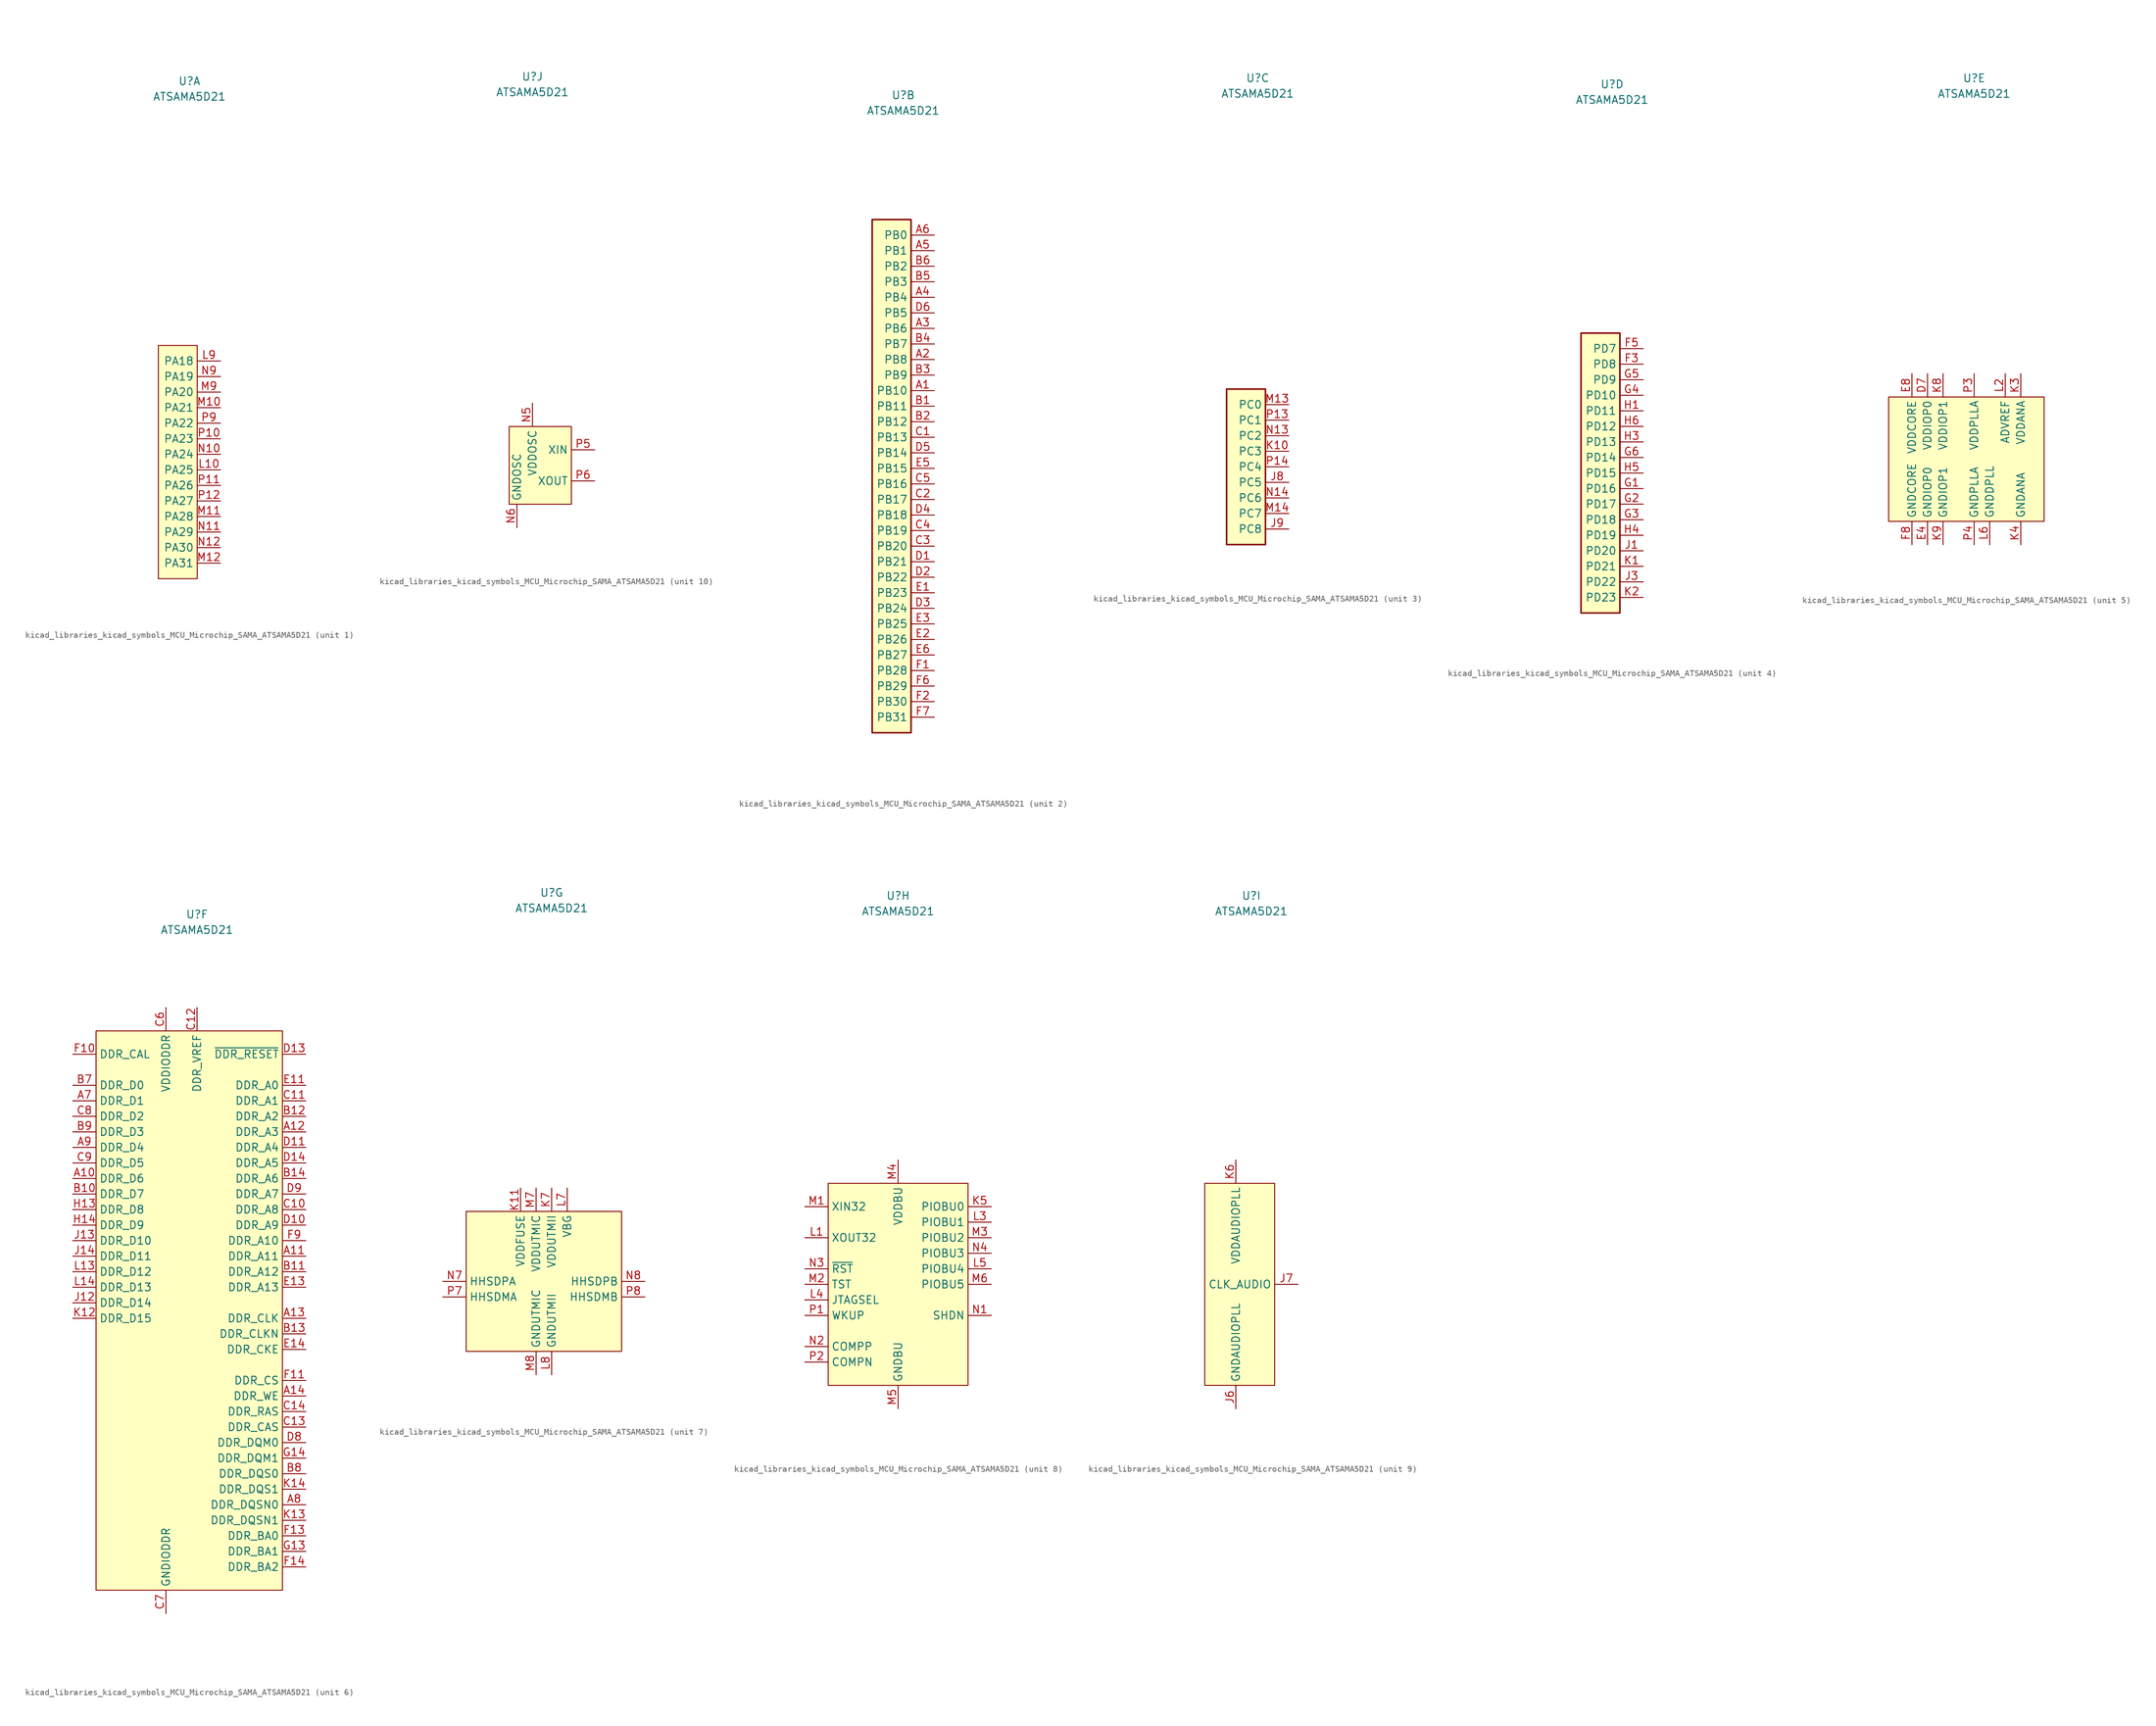
<source format=kicad_sym>
(kicad_symbol_lib
  (version 20220914)
  (generator kicad_symbol_editor)
  (symbol "kicad_libraries_kicad_symbols_MCU_Microchip_SAMA_ATSAMA5D21"
    (property "Reference" "U"
      (at 0 63.5 0)
      (effects (font (size 1.27 1.27))))
    (property "Value" "ATSAMA5D21"
      (at 0 60.96 0)
      (effects (font (size 1.27 1.27))))
    (property "ki_locked" ""
      (at 0 0 0)
      (effects (font (size 1.27 1.27))))
    (symbol "kicad_libraries_kicad_symbols_MCU_Microchip_SAMA_ATSAMA5D21_1_1"
      (rectangle (start 1.27 20.32) (end -5.08 -17.78) (stroke (width 0) (type default)) (fill (type background)))
      (pin bidirectional line (at 5.08 0 180) (length 3.81) (name "PA25" (effects (font (size 1.27 1.27)))) (number "L10" (effects (font (size 1.27 1.27)))))
      (pin bidirectional line (at 5.08 17.78 180) (length 3.81) (name "PA18" (effects (font (size 1.27 1.27)))) (number "L9" (effects (font (size 1.27 1.27)))))
      (pin bidirectional line (at 5.08 10.16 180) (length 3.81) (name "PA21" (effects (font (size 1.27 1.27)))) (number "M10" (effects (font (size 1.27 1.27)))))
      (pin bidirectional line (at 5.08 -7.62 180) (length 3.81) (name "PA28" (effects (font (size 1.27 1.27)))) (number "M11" (effects (font (size 1.27 1.27)))))
      (pin bidirectional line (at 5.08 -15.24 180) (length 3.81) (name "PA31" (effects (font (size 1.27 1.27)))) (number "M12" (effects (font (size 1.27 1.27)))))
      (pin bidirectional line (at 5.08 12.7 180) (length 3.81) (name "PA20" (effects (font (size 1.27 1.27)))) (number "M9" (effects (font (size 1.27 1.27)))))
      (pin bidirectional line (at 5.08 2.54 180) (length 3.81) (name "PA24" (effects (font (size 1.27 1.27)))) (number "N10" (effects (font (size 1.27 1.27)))))
      (pin bidirectional line (at 5.08 -10.16 180) (length 3.81) (name "PA29" (effects (font (size 1.27 1.27)))) (number "N11" (effects (font (size 1.27 1.27)))))
      (pin bidirectional line (at 5.08 -12.7 180) (length 3.81) (name "PA30" (effects (font (size 1.27 1.27)))) (number "N12" (effects (font (size 1.27 1.27)))))
      (pin bidirectional line (at 5.08 15.24 180) (length 3.81) (name "PA19" (effects (font (size 1.27 1.27)))) (number "N9" (effects (font (size 1.27 1.27)))))
      (pin bidirectional line (at 5.08 5.08 180) (length 3.81) (name "PA23" (effects (font (size 1.27 1.27)))) (number "P10" (effects (font (size 1.27 1.27)))))
      (pin bidirectional line (at 5.08 -2.54 180) (length 3.81) (name "PA26" (effects (font (size 1.27 1.27)))) (number "P11" (effects (font (size 1.27 1.27)))))
      (pin bidirectional line (at 5.08 -5.08 180) (length 3.81) (name "PA27" (effects (font (size 1.27 1.27)))) (number "P12" (effects (font (size 1.27 1.27)))))
      (pin bidirectional line (at 5.08 7.62 180) (length 3.81) (name "PA22" (effects (font (size 1.27 1.27)))) (number "P9" (effects (font (size 1.27 1.27))))))
    (symbol "kicad_libraries_kicad_symbols_MCU_Microchip_SAMA_ATSAMA5D21_2_1"
      (rectangle (start -5.08 43.18) (end 1.27 -40.64) (stroke (width 0.254) (type default)) (fill (type background)))
      (pin bidirectional line (at 5.08 15.24 180) (length 3.81) (name "PB10" (effects (font (size 1.27 1.27)))) (number "A1" (effects (font (size 1.27 1.27)))))
      (pin bidirectional line (at 5.08 20.32 180) (length 3.81) (name "PB8" (effects (font (size 1.27 1.27)))) (number "A2" (effects (font (size 1.27 1.27)))))
      (pin bidirectional line (at 5.08 25.4 180) (length 3.81) (name "PB6" (effects (font (size 1.27 1.27)))) (number "A3" (effects (font (size 1.27 1.27)))))
      (pin bidirectional line (at 5.08 30.48 180) (length 3.81) (name "PB4" (effects (font (size 1.27 1.27)))) (number "A4" (effects (font (size 1.27 1.27)))))
      (pin bidirectional line (at 5.08 38.1 180) (length 3.81) (name "PB1" (effects (font (size 1.27 1.27)))) (number "A5" (effects (font (size 1.27 1.27)))))
      (pin bidirectional line (at 5.08 40.64 180) (length 3.81) (name "PB0" (effects (font (size 1.27 1.27)))) (number "A6" (effects (font (size 1.27 1.27)))))
      (pin bidirectional line (at 5.08 12.7 180) (length 3.81) (name "PB11" (effects (font (size 1.27 1.27)))) (number "B1" (effects (font (size 1.27 1.27)))))
      (pin bidirectional line (at 5.08 10.16 180) (length 3.81) (name "PB12" (effects (font (size 1.27 1.27)))) (number "B2" (effects (font (size 1.27 1.27)))))
      (pin bidirectional line (at 5.08 17.78 180) (length 3.81) (name "PB9" (effects (font (size 1.27 1.27)))) (number "B3" (effects (font (size 1.27 1.27)))))
      (pin bidirectional line (at 5.08 22.86 180) (length 3.81) (name "PB7" (effects (font (size 1.27 1.27)))) (number "B4" (effects (font (size 1.27 1.27)))))
      (pin bidirectional line (at 5.08 33.02 180) (length 3.81) (name "PB3" (effects (font (size 1.27 1.27)))) (number "B5" (effects (font (size 1.27 1.27)))))
      (pin bidirectional line (at 5.08 35.56 180) (length 3.81) (name "PB2" (effects (font (size 1.27 1.27)))) (number "B6" (effects (font (size 1.27 1.27)))))
      (pin bidirectional line (at 5.08 7.62 180) (length 3.81) (name "PB13" (effects (font (size 1.27 1.27)))) (number "C1" (effects (font (size 1.27 1.27)))))
      (pin bidirectional line (at 5.08 -2.54 180) (length 3.81) (name "PB17" (effects (font (size 1.27 1.27)))) (number "C2" (effects (font (size 1.27 1.27)))))
      (pin bidirectional line (at 5.08 -10.16 180) (length 3.81) (name "PB20" (effects (font (size 1.27 1.27)))) (number "C3" (effects (font (size 1.27 1.27)))))
      (pin bidirectional line (at 5.08 -7.62 180) (length 3.81) (name "PB19" (effects (font (size 1.27 1.27)))) (number "C4" (effects (font (size 1.27 1.27)))))
      (pin bidirectional line (at 5.08 0 180) (length 3.81) (name "PB16" (effects (font (size 1.27 1.27)))) (number "C5" (effects (font (size 1.27 1.27)))))
      (pin bidirectional line (at 5.08 -12.7 180) (length 3.81) (name "PB21" (effects (font (size 1.27 1.27)))) (number "D1" (effects (font (size 1.27 1.27)))))
      (pin bidirectional line (at 5.08 -15.24 180) (length 3.81) (name "PB22" (effects (font (size 1.27 1.27)))) (number "D2" (effects (font (size 1.27 1.27)))))
      (pin bidirectional line (at 5.08 -20.32 180) (length 3.81) (name "PB24" (effects (font (size 1.27 1.27)))) (number "D3" (effects (font (size 1.27 1.27)))))
      (pin bidirectional line (at 5.08 -5.08 180) (length 3.81) (name "PB18" (effects (font (size 1.27 1.27)))) (number "D4" (effects (font (size 1.27 1.27)))))
      (pin bidirectional line (at 5.08 5.08 180) (length 3.81) (name "PB14" (effects (font (size 1.27 1.27)))) (number "D5" (effects (font (size 1.27 1.27)))))
      (pin bidirectional line (at 5.08 27.94 180) (length 3.81) (name "PB5" (effects (font (size 1.27 1.27)))) (number "D6" (effects (font (size 1.27 1.27)))))
      (pin bidirectional line (at 5.08 -17.78 180) (length 3.81) (name "PB23" (effects (font (size 1.27 1.27)))) (number "E1" (effects (font (size 1.27 1.27)))))
      (pin bidirectional line (at 5.08 -25.4 180) (length 3.81) (name "PB26" (effects (font (size 1.27 1.27)))) (number "E2" (effects (font (size 1.27 1.27)))))
      (pin bidirectional line (at 5.08 -22.86 180) (length 3.81) (name "PB25" (effects (font (size 1.27 1.27)))) (number "E3" (effects (font (size 1.27 1.27)))))
      (pin bidirectional line (at 5.08 2.54 180) (length 3.81) (name "PB15" (effects (font (size 1.27 1.27)))) (number "E5" (effects (font (size 1.27 1.27)))))
      (pin bidirectional line (at 5.08 -27.94 180) (length 3.81) (name "PB27" (effects (font (size 1.27 1.27)))) (number "E6" (effects (font (size 1.27 1.27)))))
      (pin bidirectional line (at 5.08 -30.48 180) (length 3.81) (name "PB28" (effects (font (size 1.27 1.27)))) (number "F1" (effects (font (size 1.27 1.27)))))
      (pin bidirectional line (at 5.08 -35.56 180) (length 3.81) (name "PB30" (effects (font (size 1.27 1.27)))) (number "F2" (effects (font (size 1.27 1.27)))))
      (pin bidirectional line (at 5.08 -33.02 180) (length 3.81) (name "PB29" (effects (font (size 1.27 1.27)))) (number "F6" (effects (font (size 1.27 1.27)))))
      (pin bidirectional line (at 5.08 -38.1 180) (length 3.81) (name "PB31" (effects (font (size 1.27 1.27)))) (number "F7" (effects (font (size 1.27 1.27))))))
    (symbol "kicad_libraries_kicad_symbols_MCU_Microchip_SAMA_ATSAMA5D21_3_1"
      (rectangle (start -5.08 -12.7) (end 1.27 12.7) (stroke (width 0.254) (type default)) (fill (type background)))
      (pin bidirectional line (at 5.08 -2.54 180) (length 3.81) (name "PC5" (effects (font (size 1.27 1.27)))) (number "J8" (effects (font (size 1.27 1.27)))))
      (pin bidirectional line (at 5.08 -10.16 180) (length 3.81) (name "PC8" (effects (font (size 1.27 1.27)))) (number "J9" (effects (font (size 1.27 1.27)))))
      (pin bidirectional line (at 5.08 2.54 180) (length 3.81) (name "PC3" (effects (font (size 1.27 1.27)))) (number "K10" (effects (font (size 1.27 1.27)))))
      (pin bidirectional line (at 5.08 10.16 180) (length 3.81) (name "PC0" (effects (font (size 1.27 1.27)))) (number "M13" (effects (font (size 1.27 1.27)))))
      (pin bidirectional line (at 5.08 -7.62 180) (length 3.81) (name "PC7" (effects (font (size 1.27 1.27)))) (number "M14" (effects (font (size 1.27 1.27)))))
      (pin bidirectional line (at 5.08 5.08 180) (length 3.81) (name "PC2" (effects (font (size 1.27 1.27)))) (number "N13" (effects (font (size 1.27 1.27)))))
      (pin bidirectional line (at 5.08 -5.08 180) (length 3.81) (name "PC6" (effects (font (size 1.27 1.27)))) (number "N14" (effects (font (size 1.27 1.27)))))
      (pin bidirectional line (at 5.08 7.62 180) (length 3.81) (name "PC1" (effects (font (size 1.27 1.27)))) (number "P13" (effects (font (size 1.27 1.27)))))
      (pin bidirectional line (at 5.08 0 180) (length 3.81) (name "PC4" (effects (font (size 1.27 1.27)))) (number "P14" (effects (font (size 1.27 1.27))))))
    (symbol "kicad_libraries_kicad_symbols_MCU_Microchip_SAMA_ATSAMA5D21_4_1"
      (rectangle (start -5.08 22.86) (end 1.27 -22.86) (stroke (width 0.254) (type default)) (fill (type background)))
      (pin bidirectional line (at 5.08 17.78 180) (length 3.81) (name "PD8" (effects (font (size 1.27 1.27)))) (number "F3" (effects (font (size 1.27 1.27)))))
      (pin bidirectional line (at 5.08 20.32 180) (length 3.81) (name "PD7" (effects (font (size 1.27 1.27)))) (number "F5" (effects (font (size 1.27 1.27)))))
      (pin bidirectional line (at 5.08 -2.54 180) (length 3.81) (name "PD16" (effects (font (size 1.27 1.27)))) (number "G1" (effects (font (size 1.27 1.27)))))
      (pin bidirectional line (at 5.08 -5.08 180) (length 3.81) (name "PD17" (effects (font (size 1.27 1.27)))) (number "G2" (effects (font (size 1.27 1.27)))))
      (pin bidirectional line (at 5.08 -7.62 180) (length 3.81) (name "PD18" (effects (font (size 1.27 1.27)))) (number "G3" (effects (font (size 1.27 1.27)))))
      (pin bidirectional line (at 5.08 12.7 180) (length 3.81) (name "PD10" (effects (font (size 1.27 1.27)))) (number "G4" (effects (font (size 1.27 1.27)))))
      (pin bidirectional line (at 5.08 15.24 180) (length 3.81) (name "PD9" (effects (font (size 1.27 1.27)))) (number "G5" (effects (font (size 1.27 1.27)))))
      (pin bidirectional line (at 5.08 2.54 180) (length 3.81) (name "PD14" (effects (font (size 1.27 1.27)))) (number "G6" (effects (font (size 1.27 1.27)))))
      (pin bidirectional line (at 5.08 10.16 180) (length 3.81) (name "PD11" (effects (font (size 1.27 1.27)))) (number "H1" (effects (font (size 1.27 1.27)))))
      (pin bidirectional line (at 5.08 5.08 180) (length 3.81) (name "PD13" (effects (font (size 1.27 1.27)))) (number "H3" (effects (font (size 1.27 1.27)))))
      (pin bidirectional line (at 5.08 -10.16 180) (length 3.81) (name "PD19" (effects (font (size 1.27 1.27)))) (number "H4" (effects (font (size 1.27 1.27)))))
      (pin bidirectional line (at 5.08 0 180) (length 3.81) (name "PD15" (effects (font (size 1.27 1.27)))) (number "H5" (effects (font (size 1.27 1.27)))))
      (pin bidirectional line (at 5.08 7.62 180) (length 3.81) (name "PD12" (effects (font (size 1.27 1.27)))) (number "H6" (effects (font (size 1.27 1.27)))))
      (pin bidirectional line (at 5.08 -12.7 180) (length 3.81) (name "PD20" (effects (font (size 1.27 1.27)))) (number "J1" (effects (font (size 1.27 1.27)))))
      (pin bidirectional line (at 5.08 -17.78 180) (length 3.81) (name "PD22" (effects (font (size 1.27 1.27)))) (number "J3" (effects (font (size 1.27 1.27)))))
      (pin bidirectional line (at 5.08 -15.24 180) (length 3.81) (name "PD21" (effects (font (size 1.27 1.27)))) (number "K1" (effects (font (size 1.27 1.27)))))
      (pin bidirectional line (at 5.08 -20.32 180) (length 3.81) (name "PD23" (effects (font (size 1.27 1.27)))) (number "K2" (effects (font (size 1.27 1.27))))))
    (symbol "kicad_libraries_kicad_symbols_MCU_Microchip_SAMA_ATSAMA5D21_5_1"
      (rectangle (start -13.97 11.43) (end 11.43 -8.89) (stroke (width 0) (type default)) (fill (type background)))
      (pin power_in line (at -7.62 15.24 270) (length 3.81) (name "VDDIOP0" (effects (font (size 1.27 1.27)))) (number "D7" (effects (font (size 1.27 1.27)))))
      (pin power_in line (at -7.62 -12.7 90) (length 3.81) (name "GNDIOP0" (effects (font (size 1.27 1.27)))) (number "E4" (effects (font (size 1.27 1.27)))))
      (pin passive line (at -7.62 -12.7 90) (length 3.81) hide (name "GNDIOP0" (effects (font (size 1.27 1.27)))) (number "E7" (effects (font (size 1.27 1.27)))))
      (pin power_in line (at -10.16 15.24 270) (length 3.81) (name "VDDCORE" (effects (font (size 1.27 1.27)))) (number "E8" (effects (font (size 1.27 1.27)))))
      (pin passive line (at -7.62 15.24 270) (length 3.81) hide (name "VDDIOP0" (effects (font (size 1.27 1.27)))) (number "F4" (effects (font (size 1.27 1.27)))))
      (pin power_in line (at -10.16 -12.7 90) (length 3.81) (name "GNDCORE" (effects (font (size 1.27 1.27)))) (number "F8" (effects (font (size 1.27 1.27)))))
      (pin passive line (at -10.16 -12.7 90) (length 3.81) hide (name "GNDCORE" (effects (font (size 1.27 1.27)))) (number "G7" (effects (font (size 1.27 1.27)))))
      (pin passive line (at -10.16 15.24 270) (length 3.81) hide (name "VDDCORE" (effects (font (size 1.27 1.27)))) (number "G8" (effects (font (size 1.27 1.27)))))
      (pin passive line (at -10.16 -12.7 90) (length 3.81) hide (name "GNDCORE" (effects (font (size 1.27 1.27)))) (number "G9" (effects (font (size 1.27 1.27)))))
      (pin passive line (at 7.62 15.24 270) (length 3.81) hide (name "VDDANA" (effects (font (size 1.27 1.27)))) (number "H2" (effects (font (size 1.27 1.27)))))
      (pin passive line (at -10.16 -12.7 90) (length 3.81) hide (name "GNDCORE" (effects (font (size 1.27 1.27)))) (number "H7" (effects (font (size 1.27 1.27)))))
      (pin passive line (at -10.16 15.24 270) (length 3.81) hide (name "VDDCORE" (effects (font (size 1.27 1.27)))) (number "H8" (effects (font (size 1.27 1.27)))))
      (pin passive line (at -10.16 15.24 270) (length 3.81) hide (name "VDDCORE" (effects (font (size 1.27 1.27)))) (number "H9" (effects (font (size 1.27 1.27)))))
      (pin passive line (at 7.62 -12.7 90) (length 3.81) hide (name "GNDANA" (effects (font (size 1.27 1.27)))) (number "J2" (effects (font (size 1.27 1.27)))))
      (pin passive line (at -10.16 -12.7 90) (length 3.81) hide (name "GNDCORE" (effects (font (size 1.27 1.27)))) (number "J4" (effects (font (size 1.27 1.27)))))
      (pin passive line (at -10.16 15.24 270) (length 3.81) hide (name "VDDCORE" (effects (font (size 1.27 1.27)))) (number "J5" (effects (font (size 1.27 1.27)))))
      (pin power_in line (at 7.62 15.24 270) (length 3.81) (name "VDDANA" (effects (font (size 1.27 1.27)))) (number "K3" (effects (font (size 1.27 1.27)))))
      (pin power_in line (at 7.62 -12.7 90) (length 3.81) (name "GNDANA" (effects (font (size 1.27 1.27)))) (number "K4" (effects (font (size 1.27 1.27)))))
      (pin power_in line (at -5.08 15.24 270) (length 3.81) (name "VDDIOP1" (effects (font (size 1.27 1.27)))) (number "K8" (effects (font (size 1.27 1.27)))))
      (pin power_in line (at -5.08 -12.7 90) (length 3.81) (name "GNDIOP1" (effects (font (size 1.27 1.27)))) (number "K9" (effects (font (size 1.27 1.27)))))
      (pin passive line (at -5.08 15.24 270) (length 3.81) hide (name "VDDIOP1" (effects (font (size 1.27 1.27)))) (number "L11" (effects (font (size 1.27 1.27)))))
      (pin passive line (at -5.08 -12.7 90) (length 3.81) hide (name "GNDIOP1" (effects (font (size 1.27 1.27)))) (number "L12" (effects (font (size 1.27 1.27)))))
      (pin power_in line (at 5.08 15.24 270) (length 3.81) (name "ADVREF" (effects (font (size 1.27 1.27)))) (number "L2" (effects (font (size 1.27 1.27)))))
      (pin power_in line (at 2.54 -12.7 90) (length 3.81) (name "GNDDPLL" (effects (font (size 1.27 1.27)))) (number "L6" (effects (font (size 1.27 1.27)))))
      (pin power_in line (at 0 15.24 270) (length 3.81) (name "VDDPLLA" (effects (font (size 1.27 1.27)))) (number "P3" (effects (font (size 1.27 1.27)))))
      (pin power_in line (at 0 -12.7 90) (length 3.81) (name "GNDPLLA" (effects (font (size 1.27 1.27)))) (number "P4" (effects (font (size 1.27 1.27))))))
    (symbol "kicad_libraries_kicad_symbols_MCU_Microchip_SAMA_ATSAMA5D21_6_1"
      (rectangle (start -16.51 44.45) (end 13.97 -46.99) (stroke (width 0) (type default)) (fill (type background)))
      (pin bidirectional line (at -20.32 20.32 0) (length 3.81) (name "DDR_D6" (effects (font (size 1.27 1.27)))) (number "A10" (effects (font (size 1.27 1.27)))))
      (pin output line (at 17.78 7.62 180) (length 3.81) (name "DDR_A11" (effects (font (size 1.27 1.27)))) (number "A11" (effects (font (size 1.27 1.27)))))
      (pin output line (at 17.78 27.94 180) (length 3.81) (name "DDR_A3" (effects (font (size 1.27 1.27)))) (number "A12" (effects (font (size 1.27 1.27)))))
      (pin output line (at 17.78 -2.54 180) (length 3.81) (name "DDR_CLK" (effects (font (size 1.27 1.27)))) (number "A13" (effects (font (size 1.27 1.27)))))
      (pin output line (at 17.78 -15.24 180) (length 3.81) (name "DDR_WE" (effects (font (size 1.27 1.27)))) (number "A14" (effects (font (size 1.27 1.27)))))
      (pin bidirectional line (at -20.32 33.02 0) (length 3.81) (name "DDR_D1" (effects (font (size 1.27 1.27)))) (number "A7" (effects (font (size 1.27 1.27)))))
      (pin output line (at 17.78 -33.02 180) (length 3.81) (name "DDR_DQSN0" (effects (font (size 1.27 1.27)))) (number "A8" (effects (font (size 1.27 1.27)))))
      (pin bidirectional line (at -20.32 25.4 0) (length 3.81) (name "DDR_D4" (effects (font (size 1.27 1.27)))) (number "A9" (effects (font (size 1.27 1.27)))))
      (pin bidirectional line (at -20.32 17.78 0) (length 3.81) (name "DDR_D7" (effects (font (size 1.27 1.27)))) (number "B10" (effects (font (size 1.27 1.27)))))
      (pin output line (at 17.78 5.08 180) (length 3.81) (name "DDR_A12" (effects (font (size 1.27 1.27)))) (number "B11" (effects (font (size 1.27 1.27)))))
      (pin output line (at 17.78 30.48 180) (length 3.81) (name "DDR_A2" (effects (font (size 1.27 1.27)))) (number "B12" (effects (font (size 1.27 1.27)))))
      (pin output line (at 17.78 -5.08 180) (length 3.81) (name "DDR_CLKN" (effects (font (size 1.27 1.27)))) (number "B13" (effects (font (size 1.27 1.27)))))
      (pin output line (at 17.78 20.32 180) (length 3.81) (name "DDR_A6" (effects (font (size 1.27 1.27)))) (number "B14" (effects (font (size 1.27 1.27)))))
      (pin bidirectional line (at -20.32 35.56 0) (length 3.81) (name "DDR_D0" (effects (font (size 1.27 1.27)))) (number "B7" (effects (font (size 1.27 1.27)))))
      (pin output line (at 17.78 -27.94 180) (length 3.81) (name "DDR_DQS0" (effects (font (size 1.27 1.27)))) (number "B8" (effects (font (size 1.27 1.27)))))
      (pin bidirectional line (at -20.32 27.94 0) (length 3.81) (name "DDR_D3" (effects (font (size 1.27 1.27)))) (number "B9" (effects (font (size 1.27 1.27)))))
      (pin output line (at 17.78 15.24 180) (length 3.81) (name "DDR_A8" (effects (font (size 1.27 1.27)))) (number "C10" (effects (font (size 1.27 1.27)))))
      (pin output line (at 17.78 33.02 180) (length 3.81) (name "DDR_A1" (effects (font (size 1.27 1.27)))) (number "C11" (effects (font (size 1.27 1.27)))))
      (pin power_in line (at 0 48.26 270) (length 3.81) (name "DDR_VREF" (effects (font (size 1.27 1.27)))) (number "C12" (effects (font (size 1.27 1.27)))))
      (pin output line (at 17.78 -20.32 180) (length 3.81) (name "DDR_CAS" (effects (font (size 1.27 1.27)))) (number "C13" (effects (font (size 1.27 1.27)))))
      (pin output line (at 17.78 -17.78 180) (length 3.81) (name "DDR_RAS" (effects (font (size 1.27 1.27)))) (number "C14" (effects (font (size 1.27 1.27)))))
      (pin power_in line (at -5.08 48.26 270) (length 3.81) (name "VDDIODDR" (effects (font (size 1.27 1.27)))) (number "C6" (effects (font (size 1.27 1.27)))))
      (pin power_in line (at -5.08 -50.8 90) (length 3.81) (name "GNDIODDR" (effects (font (size 1.27 1.27)))) (number "C7" (effects (font (size 1.27 1.27)))))
      (pin bidirectional line (at -20.32 30.48 0) (length 3.81) (name "DDR_D2" (effects (font (size 1.27 1.27)))) (number "C8" (effects (font (size 1.27 1.27)))))
      (pin bidirectional line (at -20.32 22.86 0) (length 3.81) (name "DDR_D5" (effects (font (size 1.27 1.27)))) (number "C9" (effects (font (size 1.27 1.27)))))
      (pin output line (at 17.78 12.7 180) (length 3.81) (name "DDR_A9" (effects (font (size 1.27 1.27)))) (number "D10" (effects (font (size 1.27 1.27)))))
      (pin output line (at 17.78 25.4 180) (length 3.81) (name "DDR_A4" (effects (font (size 1.27 1.27)))) (number "D11" (effects (font (size 1.27 1.27)))))
      (pin passive line (at -5.08 -50.8 90) (length 3.81) hide (name "GNDIODDR" (effects (font (size 1.27 1.27)))) (number "D12" (effects (font (size 1.27 1.27)))))
      (pin output line (at 17.78 40.64 180) (length 3.81) (name "~{DDR_RESET}" (effects (font (size 1.27 1.27)))) (number "D13" (effects (font (size 1.27 1.27)))))
      (pin output line (at 17.78 22.86 180) (length 3.81) (name "DDR_A5" (effects (font (size 1.27 1.27)))) (number "D14" (effects (font (size 1.27 1.27)))))
      (pin output line (at 17.78 -22.86 180) (length 3.81) (name "DDR_DQM0" (effects (font (size 1.27 1.27)))) (number "D8" (effects (font (size 1.27 1.27)))))
      (pin output line (at 17.78 17.78 180) (length 3.81) (name "DDR_A7" (effects (font (size 1.27 1.27)))) (number "D9" (effects (font (size 1.27 1.27)))))
      (pin passive line (at -5.08 48.26 270) (length 3.81) hide (name "VDDIODDR" (effects (font (size 1.27 1.27)))) (number "E10" (effects (font (size 1.27 1.27)))))
      (pin output line (at 17.78 35.56 180) (length 3.81) (name "DDR_A0" (effects (font (size 1.27 1.27)))) (number "E11" (effects (font (size 1.27 1.27)))))
      (pin passive line (at -5.08 48.26 270) (length 3.81) hide (name "VDDIODDR" (effects (font (size 1.27 1.27)))) (number "E12" (effects (font (size 1.27 1.27)))))
      (pin output line (at 17.78 2.54 180) (length 3.81) (name "DDR_A13" (effects (font (size 1.27 1.27)))) (number "E13" (effects (font (size 1.27 1.27)))))
      (pin output line (at 17.78 -7.62 180) (length 3.81) (name "DDR_CKE" (effects (font (size 1.27 1.27)))) (number "E14" (effects (font (size 1.27 1.27)))))
      (pin passive line (at -5.08 -50.8 90) (length 3.81) hide (name "GNDIODDR" (effects (font (size 1.27 1.27)))) (number "E9" (effects (font (size 1.27 1.27)))))
      (pin input line (at -20.32 40.64 0) (length 3.81) (name "DDR_CAL" (effects (font (size 1.27 1.27)))) (number "F10" (effects (font (size 1.27 1.27)))))
      (pin output line (at 17.78 -12.7 180) (length 3.81) (name "DDR_CS" (effects (font (size 1.27 1.27)))) (number "F11" (effects (font (size 1.27 1.27)))))
      (pin passive line (at -5.08 -50.8 90) (length 3.81) hide (name "GNDIODDR" (effects (font (size 1.27 1.27)))) (number "F12" (effects (font (size 1.27 1.27)))))
      (pin output line (at 17.78 -38.1 180) (length 3.81) (name "DDR_BA0" (effects (font (size 1.27 1.27)))) (number "F13" (effects (font (size 1.27 1.27)))))
      (pin output line (at 17.78 -43.18 180) (length 3.81) (name "DDR_BA2" (effects (font (size 1.27 1.27)))) (number "F14" (effects (font (size 1.27 1.27)))))
      (pin output line (at 17.78 10.16 180) (length 3.81) (name "DDR_A10" (effects (font (size 1.27 1.27)))) (number "F9" (effects (font (size 1.27 1.27)))))
      (pin passive line (at -5.08 48.26 270) (length 3.81) hide (name "VDDIODDR" (effects (font (size 1.27 1.27)))) (number "G10" (effects (font (size 1.27 1.27)))))
      (pin passive line (at -5.08 -50.8 90) (length 3.81) hide (name "GNDIODDR" (effects (font (size 1.27 1.27)))) (number "G11" (effects (font (size 1.27 1.27)))))
      (pin passive line (at -5.08 48.26 270) (length 3.81) hide (name "VDDIODDR" (effects (font (size 1.27 1.27)))) (number "G12" (effects (font (size 1.27 1.27)))))
      (pin output line (at 17.78 -40.64 180) (length 3.81) (name "DDR_BA1" (effects (font (size 1.27 1.27)))) (number "G13" (effects (font (size 1.27 1.27)))))
      (pin output line (at 17.78 -25.4 180) (length 3.81) (name "DDR_DQM1" (effects (font (size 1.27 1.27)))) (number "G14" (effects (font (size 1.27 1.27)))))
      (pin passive line (at -5.08 -50.8 90) (length 3.81) hide (name "GNDIODDR" (effects (font (size 1.27 1.27)))) (number "H10" (effects (font (size 1.27 1.27)))))
      (pin passive line (at -5.08 48.26 270) (length 3.81) hide (name "VDDIODDR" (effects (font (size 1.27 1.27)))) (number "H11" (effects (font (size 1.27 1.27)))))
      (pin passive line (at 0 48.26 270) (length 3.81) hide (name "DDR_VREF" (effects (font (size 1.27 1.27)))) (number "H12" (effects (font (size 1.27 1.27)))))
      (pin bidirectional line (at -20.32 15.24 0) (length 3.81) (name "DDR_D8" (effects (font (size 1.27 1.27)))) (number "H13" (effects (font (size 1.27 1.27)))))
      (pin bidirectional line (at -20.32 12.7 0) (length 3.81) (name "DDR_D9" (effects (font (size 1.27 1.27)))) (number "H14" (effects (font (size 1.27 1.27)))))
      (pin passive line (at -5.08 48.26 270) (length 3.81) hide (name "VDDIODDR" (effects (font (size 1.27 1.27)))) (number "J10" (effects (font (size 1.27 1.27)))))
      (pin passive line (at -5.08 -50.8 90) (length 3.81) hide (name "GNDIODDR" (effects (font (size 1.27 1.27)))) (number "J11" (effects (font (size 1.27 1.27)))))
      (pin bidirectional line (at -20.32 0 0) (length 3.81) (name "DDR_D14" (effects (font (size 1.27 1.27)))) (number "J12" (effects (font (size 1.27 1.27)))))
      (pin bidirectional line (at -20.32 10.16 0) (length 3.81) (name "DDR_D10" (effects (font (size 1.27 1.27)))) (number "J13" (effects (font (size 1.27 1.27)))))
      (pin bidirectional line (at -20.32 7.62 0) (length 3.81) (name "DDR_D11" (effects (font (size 1.27 1.27)))) (number "J14" (effects (font (size 1.27 1.27)))))
      (pin bidirectional line (at -20.32 -2.54 0) (length 3.81) (name "DDR_D15" (effects (font (size 1.27 1.27)))) (number "K12" (effects (font (size 1.27 1.27)))))
      (pin output line (at 17.78 -35.56 180) (length 3.81) (name "DDR_DQSN1" (effects (font (size 1.27 1.27)))) (number "K13" (effects (font (size 1.27 1.27)))))
      (pin output line (at 17.78 -30.48 180) (length 3.81) (name "DDR_DQS1" (effects (font (size 1.27 1.27)))) (number "K14" (effects (font (size 1.27 1.27)))))
      (pin bidirectional line (at -20.32 5.08 0) (length 3.81) (name "DDR_D12" (effects (font (size 1.27 1.27)))) (number "L13" (effects (font (size 1.27 1.27)))))
      (pin bidirectional line (at -20.32 2.54 0) (length 3.81) (name "DDR_D13" (effects (font (size 1.27 1.27)))) (number "L14" (effects (font (size 1.27 1.27))))))
    (symbol "kicad_libraries_kicad_symbols_MCU_Microchip_SAMA_ATSAMA5D21_7_1"
      (rectangle (start -13.97 11.43) (end 11.43 -11.43) (stroke (width 0) (type default)) (fill (type background)))
      (pin power_in line (at -5.08 15.24 270) (length 3.81) (name "VDDFUSE" (effects (font (size 1.27 1.27)))) (number "K11" (effects (font (size 1.27 1.27)))))
      (pin power_in line (at 0 15.24 270) (length 3.81) (name "VDDUTMII" (effects (font (size 1.27 1.27)))) (number "K7" (effects (font (size 1.27 1.27)))))
      (pin power_in line (at 2.54 15.24 270) (length 3.81) (name "VBG" (effects (font (size 1.27 1.27)))) (number "L7" (effects (font (size 1.27 1.27)))))
      (pin power_in line (at 0 -15.24 90) (length 3.81) (name "GNDUTMII" (effects (font (size 1.27 1.27)))) (number "L8" (effects (font (size 1.27 1.27)))))
      (pin power_in line (at -2.54 15.24 270) (length 3.81) (name "VDDUTMIC" (effects (font (size 1.27 1.27)))) (number "M7" (effects (font (size 1.27 1.27)))))
      (pin power_in line (at -2.54 -15.24 90) (length 3.81) (name "GNDUTMIC" (effects (font (size 1.27 1.27)))) (number "M8" (effects (font (size 1.27 1.27)))))
      (pin bidirectional line (at -17.78 0 0) (length 3.81) (name "HHSDPA" (effects (font (size 1.27 1.27)))) (number "N7" (effects (font (size 1.27 1.27)))))
      (pin bidirectional line (at 15.24 0 180) (length 3.81) (name "HHSDPB" (effects (font (size 1.27 1.27)))) (number "N8" (effects (font (size 1.27 1.27)))))
      (pin bidirectional line (at -17.78 -2.54 0) (length 3.81) (name "HHSDMA" (effects (font (size 1.27 1.27)))) (number "P7" (effects (font (size 1.27 1.27)))))
      (pin bidirectional line (at 15.24 -2.54 180) (length 3.81) (name "HHSDMB" (effects (font (size 1.27 1.27)))) (number "P8" (effects (font (size 1.27 1.27))))))
    (symbol "kicad_libraries_kicad_symbols_MCU_Microchip_SAMA_ATSAMA5D21_8_1"
      (rectangle (start -11.43 16.51) (end 11.43 -16.51) (stroke (width 0) (type default)) (fill (type background)))
      (pin bidirectional line (at 15.24 12.7 180) (length 3.81) (name "PIOBU0" (effects (font (size 1.27 1.27)))) (number "K5" (effects (font (size 1.27 1.27)))))
      (pin output line (at -15.24 7.62 0) (length 3.81) (name "XOUT32" (effects (font (size 1.27 1.27)))) (number "L1" (effects (font (size 1.27 1.27)))))
      (pin bidirectional line (at 15.24 10.16 180) (length 3.81) (name "PIOBU1" (effects (font (size 1.27 1.27)))) (number "L3" (effects (font (size 1.27 1.27)))))
      (pin input line (at -15.24 -2.54 0) (length 3.81) (name "JTAGSEL" (effects (font (size 1.27 1.27)))) (number "L4" (effects (font (size 1.27 1.27)))))
      (pin bidirectional line (at 15.24 2.54 180) (length 3.81) (name "PIOBU4" (effects (font (size 1.27 1.27)))) (number "L5" (effects (font (size 1.27 1.27)))))
      (pin input line (at -15.24 12.7 0) (length 3.81) (name "XIN32" (effects (font (size 1.27 1.27)))) (number "M1" (effects (font (size 1.27 1.27)))))
      (pin input line (at -15.24 0 0) (length 3.81) (name "TST" (effects (font (size 1.27 1.27)))) (number "M2" (effects (font (size 1.27 1.27)))))
      (pin bidirectional line (at 15.24 7.62 180) (length 3.81) (name "PIOBU2" (effects (font (size 1.27 1.27)))) (number "M3" (effects (font (size 1.27 1.27)))))
      (pin power_in line (at 0 20.32 270) (length 3.81) (name "VDDBU" (effects (font (size 1.27 1.27)))) (number "M4" (effects (font (size 1.27 1.27)))))
      (pin power_in line (at 0 -20.32 90) (length 3.81) (name "GNDBU" (effects (font (size 1.27 1.27)))) (number "M5" (effects (font (size 1.27 1.27)))))
      (pin bidirectional line (at 15.24 0 180) (length 3.81) (name "PIOBU5" (effects (font (size 1.27 1.27)))) (number "M6" (effects (font (size 1.27 1.27)))))
      (pin output line (at 15.24 -5.08 180) (length 3.81) (name "SHDN" (effects (font (size 1.27 1.27)))) (number "N1" (effects (font (size 1.27 1.27)))))
      (pin input line (at -15.24 -10.16 0) (length 3.81) (name "COMPP" (effects (font (size 1.27 1.27)))) (number "N2" (effects (font (size 1.27 1.27)))))
      (pin input line (at -15.24 2.54 0) (length 3.81) (name "~{RST}" (effects (font (size 1.27 1.27)))) (number "N3" (effects (font (size 1.27 1.27)))))
      (pin bidirectional line (at 15.24 5.08 180) (length 3.81) (name "PIOBU3" (effects (font (size 1.27 1.27)))) (number "N4" (effects (font (size 1.27 1.27)))))
      (pin input line (at -15.24 -5.08 0) (length 3.81) (name "WKUP" (effects (font (size 1.27 1.27)))) (number "P1" (effects (font (size 1.27 1.27)))))
      (pin input line (at -15.24 -12.7 0) (length 3.81) (name "COMPN" (effects (font (size 1.27 1.27)))) (number "P2" (effects (font (size 1.27 1.27))))))
    (symbol "kicad_libraries_kicad_symbols_MCU_Microchip_SAMA_ATSAMA5D21_9_1"
      (rectangle (start -7.62 16.51) (end 3.81 -16.51) (stroke (width 0) (type default)) (fill (type background)))
      (pin power_in line (at -2.54 -20.32 90) (length 3.81) (name "GNDAUDIOPLL" (effects (font (size 1.27 1.27)))) (number "J6" (effects (font (size 1.27 1.27)))))
      (pin output line (at 7.62 0 180) (length 3.81) (name "CLK_AUDIO" (effects (font (size 1.27 1.27)))) (number "J7" (effects (font (size 1.27 1.27)))))
      (pin power_in line (at -2.54 20.32 270) (length 3.81) (name "VDDAUDIOPLL" (effects (font (size 1.27 1.27)))) (number "K6" (effects (font (size 1.27 1.27))))))
    (symbol "kicad_libraries_kicad_symbols_MCU_Microchip_SAMA_ATSAMA5D21_10_1"
      (rectangle (start -3.81 6.35) (end 6.35 -6.35) (stroke (width 0) (type default)) (fill (type background)))
      (pin power_in line (at 0 10.16 270) (length 3.81) (name "VDDOSC" (effects (font (size 1.27 1.27)))) (number "N5" (effects (font (size 1.27 1.27)))))
      (pin power_in line (at -2.54 -10.16 90) (length 3.81) (name "GNDOSC" (effects (font (size 1.27 1.27)))) (number "N6" (effects (font (size 1.27 1.27)))))
      (pin input line (at 10.16 2.54 180) (length 3.81) (name "XIN" (effects (font (size 1.27 1.27)))) (number "P5" (effects (font (size 1.27 1.27)))))
      (pin output line (at 10.16 -2.54 180) (length 3.81) (name "XOUT" (effects (font (size 1.27 1.27)))) (number "P6" (effects (font (size 1.27 1.27))))))))
</source>
